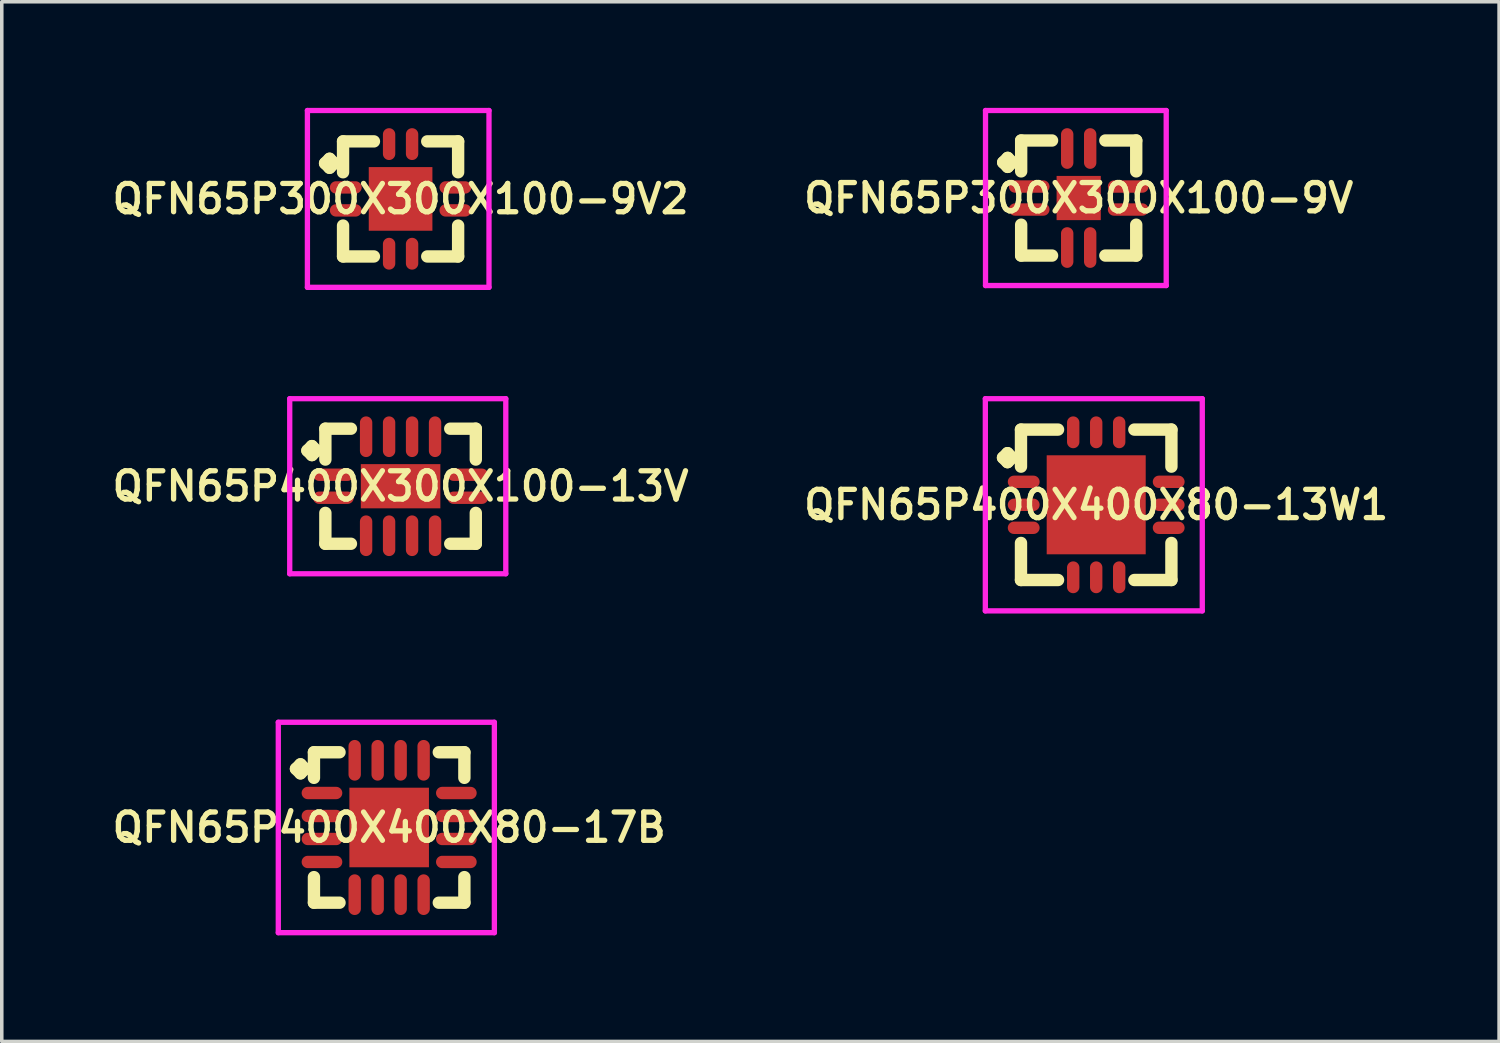
<source format=kicad_pcb>
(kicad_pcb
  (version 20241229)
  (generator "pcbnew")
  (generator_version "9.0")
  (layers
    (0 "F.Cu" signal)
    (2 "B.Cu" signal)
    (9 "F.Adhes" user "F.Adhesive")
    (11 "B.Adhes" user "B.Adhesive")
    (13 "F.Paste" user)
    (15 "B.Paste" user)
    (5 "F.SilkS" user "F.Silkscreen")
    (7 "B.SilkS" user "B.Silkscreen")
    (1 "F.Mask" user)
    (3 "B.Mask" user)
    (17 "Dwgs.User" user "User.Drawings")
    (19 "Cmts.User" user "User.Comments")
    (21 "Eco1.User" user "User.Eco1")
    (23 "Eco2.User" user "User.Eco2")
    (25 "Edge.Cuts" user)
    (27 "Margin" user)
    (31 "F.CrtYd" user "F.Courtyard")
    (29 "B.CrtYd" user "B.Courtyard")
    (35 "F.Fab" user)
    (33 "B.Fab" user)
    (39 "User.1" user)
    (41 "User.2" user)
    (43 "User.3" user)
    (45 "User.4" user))
  (footprint "QFN65P300X300X100-9V"
    (layer "F.Cu")
    (at 27.454 2.55)
    (property "Reference" "QFN65P300X300X100-9V" (at 0 0 0) (layer "F.SilkS") (effects (font (size 0.8 0.8) (thickness 0.15))))
    (attr through_hole)
    (fp_line (start -2.135 -1.008) (end -2.008 -1.135) (stroke (width 0.35) (type solid)) (layer "F.SilkS"))
    (fp_line (start -2.008 -1.135) (end -1.881 -1.008) (stroke (width 0.35) (type solid)) (layer "F.SilkS"))
    (fp_line (start -2.008 -0.881) (end -2.135 -1.008) (stroke (width 0.35) (type solid)) (layer "F.SilkS"))
    (fp_line (start -1.881 -1.008) (end -2.008 -0.881) (stroke (width 0.35) (type solid)) (layer "F.SilkS"))
    (fp_line (start -1.627 -1.627) (end -0.754 -1.627) (stroke (width 0.35) (type solid)) (layer "F.SilkS"))
    (fp_line (start -1.627 -0.754) (end -1.627 -1.627) (stroke (width 0.35) (type solid)) (layer "F.SilkS"))
    (fp_line (start -1.627 0.754) (end -1.627 1.627) (stroke (width 0.35) (type solid)) (layer "F.SilkS"))
    (fp_line (start -1.627 1.627) (end -0.754 1.627) (stroke (width 0.35) (type solid)) (layer "F.SilkS"))
    (fp_line (start 0.754 -1.627) (end 1.627 -1.627) (stroke (width 0.35) (type solid)) (layer "F.SilkS"))
    (fp_line (start 0.754 1.627) (end 1.627 1.627) (stroke (width 0.35) (type solid)) (layer "F.SilkS"))
    (fp_line (start 1.627 -1.627) (end 1.627 -0.754) (stroke (width 0.35) (type solid)) (layer "F.SilkS"))
    (fp_line (start 1.627 1.627) (end 1.627 0.754) (stroke (width 0.35) (type solid)) (layer "F.SilkS"))
    (fp_line (start -2.635 -2.475) (end 2.475 -2.475) (stroke (width 0.15) (type solid)) (layer "F.CrtYd"))
    (fp_line (start -2.635 2.475) (end -2.635 -2.475) (stroke (width 0.15) (type solid)) (layer "F.CrtYd"))
    (fp_line (start 2.475 -2.475) (end 2.475 2.475) (stroke (width 0.15) (type solid)) (layer "F.CrtYd"))
    (fp_line (start 2.475 2.475) (end -2.635 2.475) (stroke (width 0.15) (type solid)) (layer "F.CrtYd"))
    (pad "1" smd oval (at -1.4 -0.325) (size 1.15 0.35) (layers "F.Cu" "F.Mask" "F.Paste"))
    (pad "2" smd oval (at -1.4 0.325) (size 1.15 0.35) (layers "F.Cu" "F.Mask" "F.Paste"))
    (pad "3" smd oval (at -0.325 1.4) (size 0.35 1.15) (layers "F.Cu" "F.Mask" "F.Paste"))
    (pad "4" smd oval (at 0.325 1.4) (size 0.35 1.15) (layers "F.Cu" "F.Mask" "F.Paste"))
    (pad "5" smd oval (at 1.4 0.325) (size 1.15 0.35) (layers "F.Cu" "F.Mask" "F.Paste"))
    (pad "6" smd oval (at 1.4 -0.325) (size 1.15 0.35) (layers "F.Cu" "F.Mask" "F.Paste"))
    (pad "7" smd oval (at 0.325 -1.4) (size 0.35 1.15) (layers "F.Cu" "F.Mask" "F.Paste"))
    (pad "8" smd oval (at -0.325 -1.4) (size 0.35 1.15) (layers "F.Cu" "F.Mask" "F.Paste"))
    (pad "9" smd rect (at 0 0) (size 1.25 1.25) (layers "F.Cu" "F.Mask" "F.Paste")))
  (footprint "QFN65P400X400X80-17B"
    (layer "F.Cu")
    (at 7.955 20.35)
    (property "Reference" "QFN65P400X400X80-17B" (at 0 0 0) (layer "F.SilkS") (effects (font (size 0.8 0.8) (thickness 0.15))))
    (attr smd)
    (fp_line (start -2.635 -1.658) (end -2.508 -1.785) (stroke (width 0.35) (type solid)) (layer "F.SilkS"))
    (fp_line (start -2.508 -1.785) (end -2.381 -1.658) (stroke (width 0.35) (type solid)) (layer "F.SilkS"))
    (fp_line (start -2.508 -1.531) (end -2.635 -1.658) (stroke (width 0.35) (type solid)) (layer "F.SilkS"))
    (fp_line (start -2.381 -1.658) (end -2.508 -1.531) (stroke (width 0.35) (type solid)) (layer "F.SilkS"))
    (fp_line (start -2.127 -2.127) (end -1.404 -2.127) (stroke (width 0.35) (type solid)) (layer "F.SilkS"))
    (fp_line (start -2.127 -1.404) (end -2.127 -2.127) (stroke (width 0.35) (type solid)) (layer "F.SilkS"))
    (fp_line (start -2.127 1.404) (end -2.127 2.127) (stroke (width 0.35) (type solid)) (layer "F.SilkS"))
    (fp_line (start -2.127 2.127) (end -1.404 2.127) (stroke (width 0.35) (type solid)) (layer "F.SilkS"))
    (fp_line (start 1.404 -2.127) (end 2.127 -2.127) (stroke (width 0.35) (type solid)) (layer "F.SilkS"))
    (fp_line (start 1.404 2.127) (end 2.127 2.127) (stroke (width 0.35) (type solid)) (layer "F.SilkS"))
    (fp_line (start 2.127 -2.127) (end 2.127 -1.404) (stroke (width 0.35) (type solid)) (layer "F.SilkS"))
    (fp_line (start 2.127 2.127) (end 2.127 1.404) (stroke (width 0.35) (type solid)) (layer "F.SilkS"))
    (fp_line (start -3.135 -2.975) (end 2.975 -2.975) (stroke (width 0.15) (type solid)) (layer "F.CrtYd"))
    (fp_line (start -3.135 2.975) (end -3.135 -2.975) (stroke (width 0.15) (type solid)) (layer "F.CrtYd"))
    (fp_line (start 2.975 -2.975) (end 2.975 2.975) (stroke (width 0.15) (type solid)) (layer "F.CrtYd"))
    (fp_line (start 2.975 2.975) (end -3.135 2.975) (stroke (width 0.15) (type solid)) (layer "F.CrtYd"))
    (pad "1" smd oval (at -1.9 -0.975) (size 1.15 0.35) (layers "F.Cu" "F.Mask" "F.Paste"))
    (pad "2" smd oval (at -1.9 -0.325) (size 1.15 0.35) (layers "F.Cu" "F.Mask" "F.Paste"))
    (pad "3" smd oval (at -1.9 0.325) (size 1.15 0.35) (layers "F.Cu" "F.Mask" "F.Paste"))
    (pad "4" smd oval (at -1.9 0.975) (size 1.15 0.35) (layers "F.Cu" "F.Mask" "F.Paste"))
    (pad "5" smd oval (at -0.975 1.9) (size 0.35 1.15) (layers "F.Cu" "F.Mask" "F.Paste"))
    (pad "6" smd oval (at -0.325 1.9) (size 0.35 1.15) (layers "F.Cu" "F.Mask" "F.Paste"))
    (pad "7" smd oval (at 0.325 1.9) (size 0.35 1.15) (layers "F.Cu" "F.Mask" "F.Paste"))
    (pad "8" smd oval (at 0.975 1.9) (size 0.35 1.15) (layers "F.Cu" "F.Mask" "F.Paste"))
    (pad "9" smd oval (at 1.9 0.975) (size 1.15 0.35) (layers "F.Cu" "F.Mask" "F.Paste"))
    (pad "10" smd oval (at 1.9 0.325) (size 1.15 0.35) (layers "F.Cu" "F.Mask" "F.Paste"))
    (pad "11" smd oval (at 1.9 -0.325) (size 1.15 0.35) (layers "F.Cu" "F.Mask" "F.Paste"))
    (pad "12" smd oval (at 1.9 -0.975) (size 1.15 0.35) (layers "F.Cu" "F.Mask" "F.Paste"))
    (pad "13" smd oval (at 0.975 -1.9) (size 0.35 1.15) (layers "F.Cu" "F.Mask" "F.Paste"))
    (pad "14" smd oval (at 0.325 -1.9) (size 0.35 1.15) (layers "F.Cu" "F.Mask" "F.Paste"))
    (pad "15" smd oval (at -0.325 -1.9) (size 0.35 1.15) (layers "F.Cu" "F.Mask" "F.Paste"))
    (pad "16" smd oval (at -0.975 -1.9) (size 0.35 1.15) (layers "F.Cu" "F.Mask" "F.Paste"))
    (pad "17" smd rect (at 0 0) (size 2.25 2.25) (layers "F.Cu" "F.Mask" "F.Paste")))
  (footprint "QFN65P300X300X100-9V2"
    (layer "F.Cu")
    (at 8.278 2.575)
    (property "Reference" "QFN65P300X300X100-9V2" (at 0 0 0) (layer "F.SilkS") (effects (font (size 0.8 0.8) (thickness 0.15))))
    (attr smd)
    (fp_line (start -2.135 -1.008) (end -2.008 -1.135) (stroke (width 0.35) (type solid)) (layer "F.SilkS"))
    (fp_line (start -2.008 -1.135) (end -1.881 -1.008) (stroke (width 0.35) (type solid)) (layer "F.SilkS"))
    (fp_line (start -2.008 -0.881) (end -2.135 -1.008) (stroke (width 0.35) (type solid)) (layer "F.SilkS"))
    (fp_line (start -1.881 -1.008) (end -2.008 -0.881) (stroke (width 0.35) (type solid)) (layer "F.SilkS"))
    (fp_line (start -1.627 -1.627) (end -0.754 -1.627) (stroke (width 0.35) (type solid)) (layer "F.SilkS"))
    (fp_line (start -1.627 -0.754) (end -1.627 -1.627) (stroke (width 0.35) (type solid)) (layer "F.SilkS"))
    (fp_line (start -1.627 0.754) (end -1.627 1.627) (stroke (width 0.35) (type solid)) (layer "F.SilkS"))
    (fp_line (start -1.627 1.627) (end -0.754 1.627) (stroke (width 0.35) (type solid)) (layer "F.SilkS"))
    (fp_line (start 0.754 -1.627) (end 1.627 -1.627) (stroke (width 0.35) (type solid)) (layer "F.SilkS"))
    (fp_line (start 0.754 1.627) (end 1.627 1.627) (stroke (width 0.35) (type solid)) (layer "F.SilkS"))
    (fp_line (start 1.627 -1.627) (end 1.627 -0.754) (stroke (width 0.35) (type solid)) (layer "F.SilkS"))
    (fp_line (start 1.627 1.627) (end 1.627 0.754) (stroke (width 0.35) (type solid)) (layer "F.SilkS"))
    (fp_line (start -2.635 -2.5) (end 2.5 -2.5) (stroke (width 0.15) (type solid)) (layer "F.CrtYd"))
    (fp_line (start -2.635 2.5) (end -2.635 -2.5) (stroke (width 0.15) (type solid)) (layer "F.CrtYd"))
    (fp_line (start 2.5 -2.5) (end 2.5 2.5) (stroke (width 0.15) (type solid)) (layer "F.CrtYd"))
    (fp_line (start 2.5 2.5) (end -2.635 2.5) (stroke (width 0.15) (type solid)) (layer "F.CrtYd"))
    (pad "1" smd oval (at -1.55 -0.325) (size 0.9 0.35) (layers "F.Cu" "F.Mask" "F.Paste"))
    (pad "2" smd oval (at -1.55 0.325) (size 0.9 0.35) (layers "F.Cu" "F.Mask" "F.Paste"))
    (pad "3" smd oval (at -0.325 1.55) (size 0.35 0.9) (layers "F.Cu" "F.Mask" "F.Paste"))
    (pad "4" smd oval (at 0.325 1.55) (size 0.35 0.9) (layers "F.Cu" "F.Mask" "F.Paste"))
    (pad "5" smd oval (at 1.55 0.325) (size 0.9 0.35) (layers "F.Cu" "F.Mask" "F.Paste"))
    (pad "6" smd oval (at 1.55 -0.325) (size 0.9 0.35) (layers "F.Cu" "F.Mask" "F.Paste"))
    (pad "7" smd oval (at 0.325 -1.55) (size 0.35 0.9) (layers "F.Cu" "F.Mask" "F.Paste"))
    (pad "8" smd oval (at -0.325 -1.55) (size 0.35 0.9) (layers "F.Cu" "F.Mask" "F.Paste"))
    (pad "9" smd rect (at 0 0) (size 1.8 1.8) (layers "F.Cu" "F.Mask" "F.Paste")))
  (footprint "QFN65P400X400X80-13W1"
    (layer "F.Cu")
    (at 27.949 11.225)
    (property "Reference" "QFN65P400X400X80-13W1" (at 0 0 0) (layer "F.SilkS") (effects (font (size 0.8 0.8) (thickness 0.15))))
    (attr smd)
    (fp_line (start -2.635 -1.333) (end -2.508 -1.46) (stroke (width 0.35) (type solid)) (layer "F.SilkS"))
    (fp_line (start -2.508 -1.46) (end -2.381 -1.333) (stroke (width 0.35) (type solid)) (layer "F.SilkS"))
    (fp_line (start -2.508 -1.206) (end -2.635 -1.333) (stroke (width 0.35) (type solid)) (layer "F.SilkS"))
    (fp_line (start -2.381 -1.333) (end -2.508 -1.206) (stroke (width 0.35) (type solid)) (layer "F.SilkS"))
    (fp_line (start -2.127 -2.127) (end -1.079 -2.127) (stroke (width 0.35) (type solid)) (layer "F.SilkS"))
    (fp_line (start -2.127 -1.079) (end -2.127 -2.127) (stroke (width 0.35) (type solid)) (layer "F.SilkS"))
    (fp_line (start -2.127 1.079) (end -2.127 2.127) (stroke (width 0.35) (type solid)) (layer "F.SilkS"))
    (fp_line (start -2.127 2.127) (end -1.079 2.127) (stroke (width 0.35) (type solid)) (layer "F.SilkS"))
    (fp_line (start 1.079 -2.127) (end 2.127 -2.127) (stroke (width 0.35) (type solid)) (layer "F.SilkS"))
    (fp_line (start 1.079 2.127) (end 2.127 2.127) (stroke (width 0.35) (type solid)) (layer "F.SilkS"))
    (fp_line (start 2.127 -2.127) (end 2.127 -1.079) (stroke (width 0.35) (type solid)) (layer "F.SilkS"))
    (fp_line (start 2.127 2.127) (end 2.127 1.079) (stroke (width 0.35) (type solid)) (layer "F.SilkS"))
    (fp_line (start -3.135 -3) (end 3 -3) (stroke (width 0.15) (type solid)) (layer "F.CrtYd"))
    (fp_line (start -3.135 3) (end -3.135 -3) (stroke (width 0.15) (type solid)) (layer "F.CrtYd"))
    (fp_line (start 3 -3) (end 3 3) (stroke (width 0.15) (type solid)) (layer "F.CrtYd"))
    (fp_line (start 3 3) (end -3.135 3) (stroke (width 0.15) (type solid)) (layer "F.CrtYd"))
    (pad "1" smd oval (at -2.05 -0.65) (size 0.9 0.35) (layers "F.Cu" "F.Mask" "F.Paste"))
    (pad "2" smd oval (at -2.05 0) (size 0.9 0.35) (layers "F.Cu" "F.Mask" "F.Paste"))
    (pad "3" smd oval (at -2.05 0.65) (size 0.9 0.35) (layers "F.Cu" "F.Mask" "F.Paste"))
    (pad "4" smd oval (at -0.65 2.05) (size 0.35 0.9) (layers "F.Cu" "F.Mask" "F.Paste"))
    (pad "5" smd oval (at 0 2.05) (size 0.35 0.9) (layers "F.Cu" "F.Mask" "F.Paste"))
    (pad "6" smd oval (at 0.65 2.05) (size 0.35 0.9) (layers "F.Cu" "F.Mask" "F.Paste"))
    (pad "7" smd oval (at 2.05 0.65) (size 0.9 0.35) (layers "F.Cu" "F.Mask" "F.Paste"))
    (pad "8" smd oval (at 2.05 0) (size 0.9 0.35) (layers "F.Cu" "F.Mask" "F.Paste"))
    (pad "9" smd oval (at 2.05 -0.65) (size 0.9 0.35) (layers "F.Cu" "F.Mask" "F.Paste"))
    (pad "10" smd oval (at 0.65 -2.05) (size 0.35 0.9) (layers "F.Cu" "F.Mask" "F.Paste"))
    (pad "11" smd oval (at 0 -2.05) (size 0.35 0.9) (layers "F.Cu" "F.Mask" "F.Paste"))
    (pad "12" smd oval (at -0.65 -2.05) (size 0.35 0.9) (layers "F.Cu" "F.Mask" "F.Paste"))
    (pad "13" smd rect (at 0 0) (size 2.8 2.8) (layers "F.Cu" "F.Mask" "F.Paste")))
  (footprint "QFN65P400X300X100-13V"
    (layer "F.Cu")
    (at 8.278 10.7)
    (property "Reference" "QFN65P400X300X100-13V" (at 0 0 0) (layer "F.SilkS") (effects (font (size 0.8 0.8) (thickness 0.15))))
    (attr smd)
    (fp_line (start -2.635 -1.008) (end -2.508 -1.135) (stroke (width 0.35) (type solid)) (layer "F.SilkS"))
    (fp_line (start -2.508 -1.135) (end -2.381 -1.008) (stroke (width 0.35) (type solid)) (layer "F.SilkS"))
    (fp_line (start -2.508 -0.881) (end -2.635 -1.008) (stroke (width 0.35) (type solid)) (layer "F.SilkS"))
    (fp_line (start -2.381 -1.008) (end -2.508 -0.881) (stroke (width 0.35) (type solid)) (layer "F.SilkS"))
    (fp_line (start -2.127 -1.627) (end -1.404 -1.627) (stroke (width 0.35) (type solid)) (layer "F.SilkS"))
    (fp_line (start -2.127 -0.754) (end -2.127 -1.627) (stroke (width 0.35) (type solid)) (layer "F.SilkS"))
    (fp_line (start -2.127 0.754) (end -2.127 1.627) (stroke (width 0.35) (type solid)) (layer "F.SilkS"))
    (fp_line (start -2.127 1.627) (end -1.404 1.627) (stroke (width 0.35) (type solid)) (layer "F.SilkS"))
    (fp_line (start 1.404 -1.627) (end 2.127 -1.627) (stroke (width 0.35) (type solid)) (layer "F.SilkS"))
    (fp_line (start 1.404 1.627) (end 2.127 1.627) (stroke (width 0.35) (type solid)) (layer "F.SilkS"))
    (fp_line (start 2.127 -1.627) (end 2.127 -0.754) (stroke (width 0.35) (type solid)) (layer "F.SilkS"))
    (fp_line (start 2.127 1.627) (end 2.127 0.754) (stroke (width 0.35) (type solid)) (layer "F.SilkS"))
    (fp_line (start -3.135 -2.475) (end 2.975 -2.475) (stroke (width 0.15) (type solid)) (layer "F.CrtYd"))
    (fp_line (start -3.135 2.475) (end -3.135 -2.475) (stroke (width 0.15) (type solid)) (layer "F.CrtYd"))
    (fp_line (start 2.975 -2.475) (end 2.975 2.475) (stroke (width 0.15) (type solid)) (layer "F.CrtYd"))
    (fp_line (start 2.975 2.475) (end -3.135 2.475) (stroke (width 0.15) (type solid)) (layer "F.CrtYd"))
    (pad "1" smd oval (at -1.9 -0.325) (size 1.15 0.35) (layers "F.Cu" "F.Mask" "F.Paste"))
    (pad "2" smd oval (at -1.9 0.325) (size 1.15 0.35) (layers "F.Cu" "F.Mask" "F.Paste"))
    (pad "3" smd oval (at -0.975 1.4) (size 0.35 1.15) (layers "F.Cu" "F.Mask" "F.Paste"))
    (pad "4" smd oval (at -0.325 1.4) (size 0.35 1.15) (layers "F.Cu" "F.Mask" "F.Paste"))
    (pad "5" smd oval (at 0.325 1.4) (size 0.35 1.15) (layers "F.Cu" "F.Mask" "F.Paste"))
    (pad "6" smd oval (at 0.975 1.4) (size 0.35 1.15) (layers "F.Cu" "F.Mask" "F.Paste"))
    (pad "7" smd oval (at 1.9 0.325) (size 1.15 0.35) (layers "F.Cu" "F.Mask" "F.Paste"))
    (pad "8" smd oval (at 1.9 -0.325) (size 1.15 0.35) (layers "F.Cu" "F.Mask" "F.Paste"))
    (pad "9" smd oval (at 0.975 -1.4) (size 0.35 1.15) (layers "F.Cu" "F.Mask" "F.Paste"))
    (pad "10" smd oval (at 0.325 -1.4) (size 0.35 1.15) (layers "F.Cu" "F.Mask" "F.Paste"))
    (pad "11" smd oval (at -0.325 -1.4) (size 0.35 1.15) (layers "F.Cu" "F.Mask" "F.Paste"))
    (pad "12" smd oval (at -0.975 -1.4) (size 0.35 1.15) (layers "F.Cu" "F.Mask" "F.Paste"))
    (pad "13" smd rect (at 0 0) (size 2.25 1.25) (layers "F.Cu" "F.Mask" "F.Paste")))
  (gr_rect
    (start -3 -3)
    (end 39.342 26.4)
    (stroke (width 0.1) (type default))
    (fill no)
    (layer "Edge.Cuts")))
</source>
